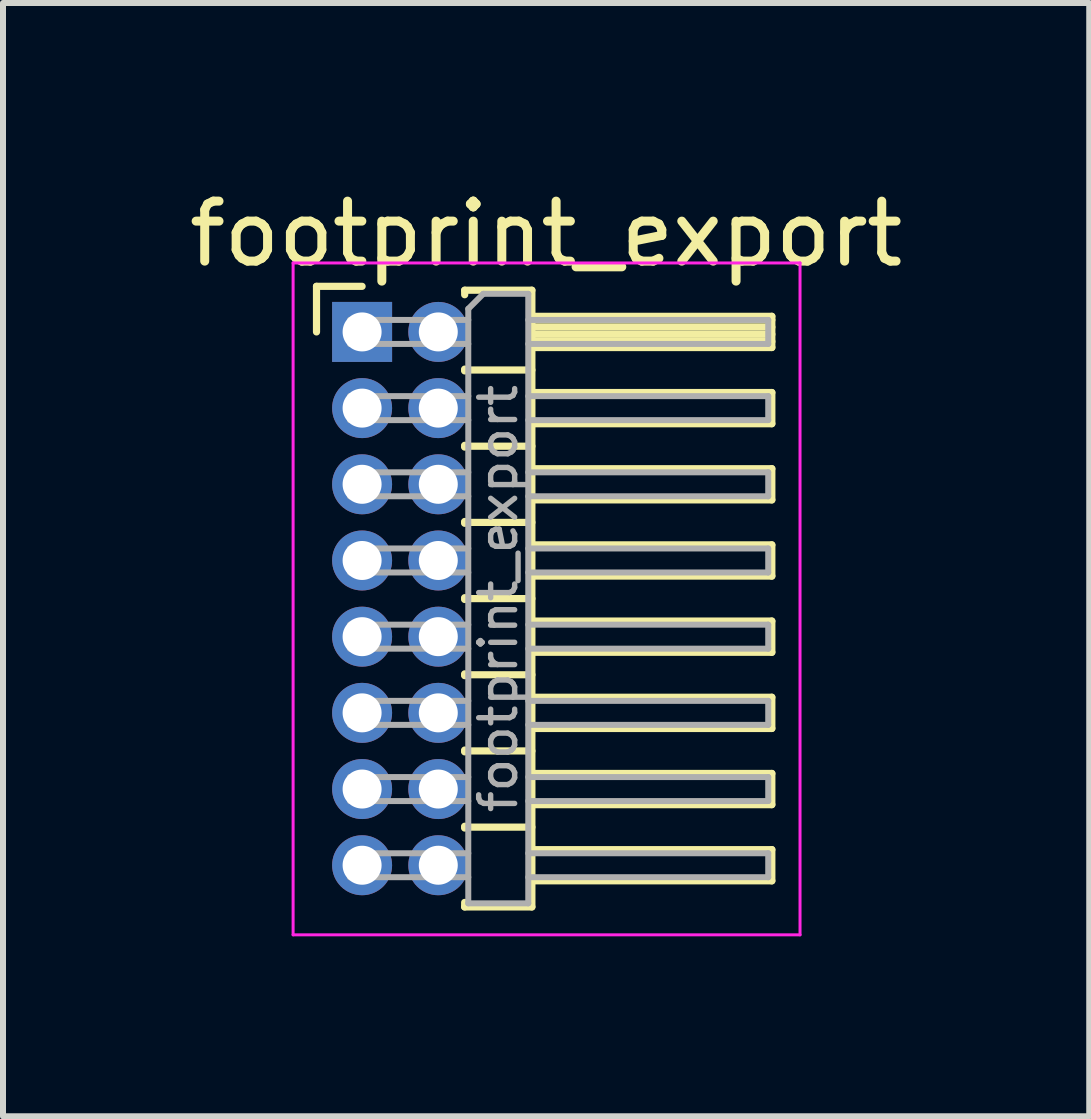
<source format=kicad_pcb>
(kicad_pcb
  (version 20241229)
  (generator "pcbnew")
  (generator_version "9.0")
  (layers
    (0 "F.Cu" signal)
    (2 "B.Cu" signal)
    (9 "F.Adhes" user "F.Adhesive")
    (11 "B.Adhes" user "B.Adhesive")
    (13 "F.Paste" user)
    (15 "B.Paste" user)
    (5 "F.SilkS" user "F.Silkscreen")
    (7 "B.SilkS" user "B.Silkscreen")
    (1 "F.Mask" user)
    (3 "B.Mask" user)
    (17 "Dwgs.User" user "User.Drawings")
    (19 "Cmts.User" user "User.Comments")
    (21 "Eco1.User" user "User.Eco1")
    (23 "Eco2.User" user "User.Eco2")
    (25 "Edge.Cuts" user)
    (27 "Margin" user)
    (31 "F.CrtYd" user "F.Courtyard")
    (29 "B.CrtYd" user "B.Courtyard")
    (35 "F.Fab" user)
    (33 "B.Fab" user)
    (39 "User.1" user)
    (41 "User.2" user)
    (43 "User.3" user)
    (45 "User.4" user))
  (footprint "footprint_export"
    (layer "F.Cu")
    (at 2.986 2.483)
    (property "Reference" "footprint_export" (at 3.067 -1.635 0) (layer "F.SilkS") (effects (font (size 1 1) (thickness 0.15))))
    (attr through_hole)
    (fp_line (start -0.76 -0.76) (end 0 -0.76) (stroke (width 0.12) (type solid)) (layer "F.SilkS"))
    (fp_line (start -0.76 0) (end -0.76 -0.76) (stroke (width 0.12) (type solid)) (layer "F.SilkS"))
    (fp_line (start 1.71 -0.695) (end 2.83 -0.695) (stroke (width 0.12) (type solid)) (layer "F.SilkS"))
    (fp_line (start 1.71 -0.62) (end 1.71 -0.695) (stroke (width 0.12) (type solid)) (layer "F.SilkS"))
    (fp_line (start 1.71 0.62) (end 1.71 0.65) (stroke (width 0.12) (type solid)) (layer "F.SilkS"))
    (fp_line (start 1.71 0.635) (end 2.83 0.635) (stroke (width 0.12) (type solid)) (layer "F.SilkS"))
    (fp_line (start 1.71 1.89) (end 1.71 1.92) (stroke (width 0.12) (type solid)) (layer "F.SilkS"))
    (fp_line (start 1.71 1.905) (end 2.83 1.905) (stroke (width 0.12) (type solid)) (layer "F.SilkS"))
    (fp_line (start 1.71 3.16) (end 1.71 3.19) (stroke (width 0.12) (type solid)) (layer "F.SilkS"))
    (fp_line (start 1.71 3.175) (end 2.83 3.175) (stroke (width 0.12) (type solid)) (layer "F.SilkS"))
    (fp_line (start 1.71 4.43) (end 1.71 4.46) (stroke (width 0.12) (type solid)) (layer "F.SilkS"))
    (fp_line (start 1.71 4.445) (end 2.83 4.445) (stroke (width 0.12) (type solid)) (layer "F.SilkS"))
    (fp_line (start 1.71 5.7) (end 1.71 5.73) (stroke (width 0.12) (type solid)) (layer "F.SilkS"))
    (fp_line (start 1.71 5.715) (end 2.83 5.715) (stroke (width 0.12) (type solid)) (layer "F.SilkS"))
    (fp_line (start 1.71 6.97) (end 1.71 7) (stroke (width 0.12) (type solid)) (layer "F.SilkS"))
    (fp_line (start 1.71 6.985) (end 2.83 6.985) (stroke (width 0.12) (type solid)) (layer "F.SilkS"))
    (fp_line (start 1.71 8.24) (end 1.71 8.27) (stroke (width 0.12) (type solid)) (layer "F.SilkS"))
    (fp_line (start 1.71 8.255) (end 2.83 8.255) (stroke (width 0.12) (type solid)) (layer "F.SilkS"))
    (fp_line (start 1.71 9.585) (end 1.71 9.51) (stroke (width 0.12) (type solid)) (layer "F.SilkS"))
    (fp_line (start 2.83 -0.695) (end 2.83 9.585) (stroke (width 0.12) (type solid)) (layer "F.SilkS"))
    (fp_line (start 2.83 -0.26) (end 6.83 -0.26) (stroke (width 0.12) (type solid)) (layer "F.SilkS"))
    (fp_line (start 2.83 -0.2) (end 6.83 -0.2) (stroke (width 0.12) (type solid)) (layer "F.SilkS"))
    (fp_line (start 2.83 -0.08) (end 6.83 -0.08) (stroke (width 0.12) (type solid)) (layer "F.SilkS"))
    (fp_line (start 2.83 0.04) (end 6.83 0.04) (stroke (width 0.12) (type solid)) (layer "F.SilkS"))
    (fp_line (start 2.83 0.16) (end 6.83 0.16) (stroke (width 0.12) (type solid)) (layer "F.SilkS"))
    (fp_line (start 2.83 1.01) (end 6.83 1.01) (stroke (width 0.12) (type solid)) (layer "F.SilkS"))
    (fp_line (start 2.83 2.28) (end 6.83 2.28) (stroke (width 0.12) (type solid)) (layer "F.SilkS"))
    (fp_line (start 2.83 3.55) (end 6.83 3.55) (stroke (width 0.12) (type solid)) (layer "F.SilkS"))
    (fp_line (start 2.83 4.82) (end 6.83 4.82) (stroke (width 0.12) (type solid)) (layer "F.SilkS"))
    (fp_line (start 2.83 6.09) (end 6.83 6.09) (stroke (width 0.12) (type solid)) (layer "F.SilkS"))
    (fp_line (start 2.83 7.36) (end 6.83 7.36) (stroke (width 0.12) (type solid)) (layer "F.SilkS"))
    (fp_line (start 2.83 8.63) (end 6.83 8.63) (stroke (width 0.12) (type solid)) (layer "F.SilkS"))
    (fp_line (start 2.83 9.585) (end 1.71 9.585) (stroke (width 0.12) (type solid)) (layer "F.SilkS"))
    (fp_line (start 6.83 -0.26) (end 6.83 0.26) (stroke (width 0.12) (type solid)) (layer "F.SilkS"))
    (fp_line (start 6.83 0.26) (end 2.83 0.26) (stroke (width 0.12) (type solid)) (layer "F.SilkS"))
    (fp_line (start 6.83 1.01) (end 6.83 1.53) (stroke (width 0.12) (type solid)) (layer "F.SilkS"))
    (fp_line (start 6.83 1.53) (end 2.83 1.53) (stroke (width 0.12) (type solid)) (layer "F.SilkS"))
    (fp_line (start 6.83 2.28) (end 6.83 2.8) (stroke (width 0.12) (type solid)) (layer "F.SilkS"))
    (fp_line (start 6.83 2.8) (end 2.83 2.8) (stroke (width 0.12) (type solid)) (layer "F.SilkS"))
    (fp_line (start 6.83 3.55) (end 6.83 4.07) (stroke (width 0.12) (type solid)) (layer "F.SilkS"))
    (fp_line (start 6.83 4.07) (end 2.83 4.07) (stroke (width 0.12) (type solid)) (layer "F.SilkS"))
    (fp_line (start 6.83 4.82) (end 6.83 5.34) (stroke (width 0.12) (type solid)) (layer "F.SilkS"))
    (fp_line (start 6.83 5.34) (end 2.83 5.34) (stroke (width 0.12) (type solid)) (layer "F.SilkS"))
    (fp_line (start 6.83 6.09) (end 6.83 6.61) (stroke (width 0.12) (type solid)) (layer "F.SilkS"))
    (fp_line (start 6.83 6.61) (end 2.83 6.61) (stroke (width 0.12) (type solid)) (layer "F.SilkS"))
    (fp_line (start 6.83 7.36) (end 6.83 7.88) (stroke (width 0.12) (type solid)) (layer "F.SilkS"))
    (fp_line (start 6.83 7.88) (end 2.83 7.88) (stroke (width 0.12) (type solid)) (layer "F.SilkS"))
    (fp_line (start 6.83 8.63) (end 6.83 9.15) (stroke (width 0.12) (type solid)) (layer "F.SilkS"))
    (fp_line (start 6.83 9.15) (end 2.83 9.15) (stroke (width 0.12) (type solid)) (layer "F.SilkS"))
    (fp_line (start -1.15 -1.15) (end -1.15 10.05) (stroke (width 0.05) (type solid)) (layer "F.CrtYd"))
    (fp_line (start -1.15 10.05) (end 7.3 10.05) (stroke (width 0.05) (type solid)) (layer "F.CrtYd"))
    (fp_line (start 7.3 -1.15) (end -1.15 -1.15) (stroke (width 0.05) (type solid)) (layer "F.CrtYd"))
    (fp_line (start 7.3 10.05) (end 7.3 -1.15) (stroke (width 0.05) (type solid)) (layer "F.CrtYd"))
    (fp_line (start -0.2 -0.2) (end -0.2 0.2) (stroke (width 0.1) (type solid)) (layer "F.Fab"))
    (fp_line (start -0.2 -0.2) (end 1.77 -0.2) (stroke (width 0.1) (type solid)) (layer "F.Fab"))
    (fp_line (start -0.2 0.2) (end 1.77 0.2) (stroke (width 0.1) (type solid)) (layer "F.Fab"))
    (fp_line (start -0.2 1.07) (end -0.2 1.47) (stroke (width 0.1) (type solid)) (layer "F.Fab"))
    (fp_line (start -0.2 1.07) (end 1.77 1.07) (stroke (width 0.1) (type solid)) (layer "F.Fab"))
    (fp_line (start -0.2 1.47) (end 1.77 1.47) (stroke (width 0.1) (type solid)) (layer "F.Fab"))
    (fp_line (start -0.2 2.34) (end -0.2 2.74) (stroke (width 0.1) (type solid)) (layer "F.Fab"))
    (fp_line (start -0.2 2.34) (end 1.77 2.34) (stroke (width 0.1) (type solid)) (layer "F.Fab"))
    (fp_line (start -0.2 2.74) (end 1.77 2.74) (stroke (width 0.1) (type solid)) (layer "F.Fab"))
    (fp_line (start -0.2 3.61) (end -0.2 4.01) (stroke (width 0.1) (type solid)) (layer "F.Fab"))
    (fp_line (start -0.2 3.61) (end 1.77 3.61) (stroke (width 0.1) (type solid)) (layer "F.Fab"))
    (fp_line (start -0.2 4.01) (end 1.77 4.01) (stroke (width 0.1) (type solid)) (layer "F.Fab"))
    (fp_line (start -0.2 4.88) (end -0.2 5.28) (stroke (width 0.1) (type solid)) (layer "F.Fab"))
    (fp_line (start -0.2 4.88) (end 1.77 4.88) (stroke (width 0.1) (type solid)) (layer "F.Fab"))
    (fp_line (start -0.2 5.28) (end 1.77 5.28) (stroke (width 0.1) (type solid)) (layer "F.Fab"))
    (fp_line (start -0.2 6.15) (end -0.2 6.55) (stroke (width 0.1) (type solid)) (layer "F.Fab"))
    (fp_line (start -0.2 6.15) (end 1.77 6.15) (stroke (width 0.1) (type solid)) (layer "F.Fab"))
    (fp_line (start -0.2 6.55) (end 1.77 6.55) (stroke (width 0.1) (type solid)) (layer "F.Fab"))
    (fp_line (start -0.2 7.42) (end -0.2 7.82) (stroke (width 0.1) (type solid)) (layer "F.Fab"))
    (fp_line (start -0.2 7.42) (end 1.77 7.42) (stroke (width 0.1) (type solid)) (layer "F.Fab"))
    (fp_line (start -0.2 7.82) (end 1.77 7.82) (stroke (width 0.1) (type solid)) (layer "F.Fab"))
    (fp_line (start -0.2 8.69) (end -0.2 9.09) (stroke (width 0.1) (type solid)) (layer "F.Fab"))
    (fp_line (start -0.2 8.69) (end 1.77 8.69) (stroke (width 0.1) (type solid)) (layer "F.Fab"))
    (fp_line (start -0.2 9.09) (end 1.77 9.09) (stroke (width 0.1) (type solid)) (layer "F.Fab"))
    (fp_line (start 1.77 -0.385) (end 2.02 -0.635) (stroke (width 0.1) (type solid)) (layer "F.Fab"))
    (fp_line (start 1.77 9.525) (end 1.77 -0.385) (stroke (width 0.1) (type solid)) (layer "F.Fab"))
    (fp_line (start 2.02 -0.635) (end 2.77 -0.635) (stroke (width 0.1) (type solid)) (layer "F.Fab"))
    (fp_line (start 2.77 -0.635) (end 2.77 9.525) (stroke (width 0.1) (type solid)) (layer "F.Fab"))
    (fp_line (start 2.77 -0.2) (end 6.77 -0.2) (stroke (width 0.1) (type solid)) (layer "F.Fab"))
    (fp_line (start 2.77 0.2) (end 6.77 0.2) (stroke (width 0.1) (type solid)) (layer "F.Fab"))
    (fp_line (start 2.77 1.07) (end 6.77 1.07) (stroke (width 0.1) (type solid)) (layer "F.Fab"))
    (fp_line (start 2.77 1.47) (end 6.77 1.47) (stroke (width 0.1) (type solid)) (layer "F.Fab"))
    (fp_line (start 2.77 2.34) (end 6.77 2.34) (stroke (width 0.1) (type solid)) (layer "F.Fab"))
    (fp_line (start 2.77 2.74) (end 6.77 2.74) (stroke (width 0.1) (type solid)) (layer "F.Fab"))
    (fp_line (start 2.77 3.61) (end 6.77 3.61) (stroke (width 0.1) (type solid)) (layer "F.Fab"))
    (fp_line (start 2.77 4.01) (end 6.77 4.01) (stroke (width 0.1) (type solid)) (layer "F.Fab"))
    (fp_line (start 2.77 4.88) (end 6.77 4.88) (stroke (width 0.1) (type solid)) (layer "F.Fab"))
    (fp_line (start 2.77 5.28) (end 6.77 5.28) (stroke (width 0.1) (type solid)) (layer "F.Fab"))
    (fp_line (start 2.77 6.15) (end 6.77 6.15) (stroke (width 0.1) (type solid)) (layer "F.Fab"))
    (fp_line (start 2.77 6.55) (end 6.77 6.55) (stroke (width 0.1) (type solid)) (layer "F.Fab"))
    (fp_line (start 2.77 7.42) (end 6.77 7.42) (stroke (width 0.1) (type solid)) (layer "F.Fab"))
    (fp_line (start 2.77 7.82) (end 6.77 7.82) (stroke (width 0.1) (type solid)) (layer "F.Fab"))
    (fp_line (start 2.77 8.69) (end 6.77 8.69) (stroke (width 0.1) (type solid)) (layer "F.Fab"))
    (fp_line (start 2.77 9.09) (end 6.77 9.09) (stroke (width 0.1) (type solid)) (layer "F.Fab"))
    (fp_line (start 2.77 9.525) (end 1.77 9.525) (stroke (width 0.1) (type solid)) (layer "F.Fab"))
    (fp_line (start 6.77 -0.2) (end 6.77 0.2) (stroke (width 0.1) (type solid)) (layer "F.Fab"))
    (fp_line (start 6.77 1.07) (end 6.77 1.47) (stroke (width 0.1) (type solid)) (layer "F.Fab"))
    (fp_line (start 6.77 2.34) (end 6.77 2.74) (stroke (width 0.1) (type solid)) (layer "F.Fab"))
    (fp_line (start 6.77 3.61) (end 6.77 4.01) (stroke (width 0.1) (type solid)) (layer "F.Fab"))
    (fp_line (start 6.77 4.88) (end 6.77 5.28) (stroke (width 0.1) (type solid)) (layer "F.Fab"))
    (fp_line (start 6.77 6.15) (end 6.77 6.55) (stroke (width 0.1) (type solid)) (layer "F.Fab"))
    (fp_line (start 6.77 7.42) (end 6.77 7.82) (stroke (width 0.1) (type solid)) (layer "F.Fab"))
    (fp_line (start 6.77 8.69) (end 6.77 9.09) (stroke (width 0.1) (type solid)) (layer "F.Fab"))
    (fp_text user "${REFERENCE}" (at 2.27 4.445 90) (layer "F.Fab") (effects (font (size 0.6 0.6) (thickness 0.09))))
    (pad "1" thru_hole rect (at 0 0) (size 1 1) (drill 0.65) (layers "*.Cu" "*.Mask"))
    (pad "2" thru_hole oval (at 1.27 0) (size 1 1) (drill 0.65) (layers "*.Cu" "*.Mask"))
    (pad "3" thru_hole oval (at 0 1.27) (size 1 1) (drill 0.65) (layers "*.Cu" "*.Mask"))
    (pad "4" thru_hole oval (at 1.27 1.27) (size 1 1) (drill 0.65) (layers "*.Cu" "*.Mask"))
    (pad "5" thru_hole oval (at 0 2.54) (size 1 1) (drill 0.65) (layers "*.Cu" "*.Mask"))
    (pad "6" thru_hole oval (at 1.27 2.54) (size 1 1) (drill 0.65) (layers "*.Cu" "*.Mask"))
    (pad "7" thru_hole oval (at 0 3.81) (size 1 1) (drill 0.65) (layers "*.Cu" "*.Mask"))
    (pad "8" thru_hole oval (at 1.27 3.81) (size 1 1) (drill 0.65) (layers "*.Cu" "*.Mask"))
    (pad "9" thru_hole oval (at 0 5.08) (size 1 1) (drill 0.65) (layers "*.Cu" "*.Mask"))
    (pad "10" thru_hole oval (at 1.27 5.08) (size 1 1) (drill 0.65) (layers "*.Cu" "*.Mask"))
    (pad "11" thru_hole oval (at 0 6.35) (size 1 1) (drill 0.65) (layers "*.Cu" "*.Mask"))
    (pad "12" thru_hole oval (at 1.27 6.35) (size 1 1) (drill 0.65) (layers "*.Cu" "*.Mask"))
    (pad "13" thru_hole oval (at 0 7.62) (size 1 1) (drill 0.65) (layers "*.Cu" "*.Mask"))
    (pad "14" thru_hole oval (at 1.27 7.62) (size 1 1) (drill 0.65) (layers "*.Cu" "*.Mask"))
    (pad "15" thru_hole oval (at 0 8.89) (size 1 1) (drill 0.65) (layers "*.Cu" "*.Mask"))
    (pad "16" thru_hole oval (at 1.27 8.89) (size 1 1) (drill 0.65) (layers "*.Cu" "*.Mask")))
  (gr_rect
    (start -3 -3)
    (end 15.107 15.558)
    (stroke (width 0.1) (type default))
    (fill no)
    (layer "Edge.Cuts")))
</source>
